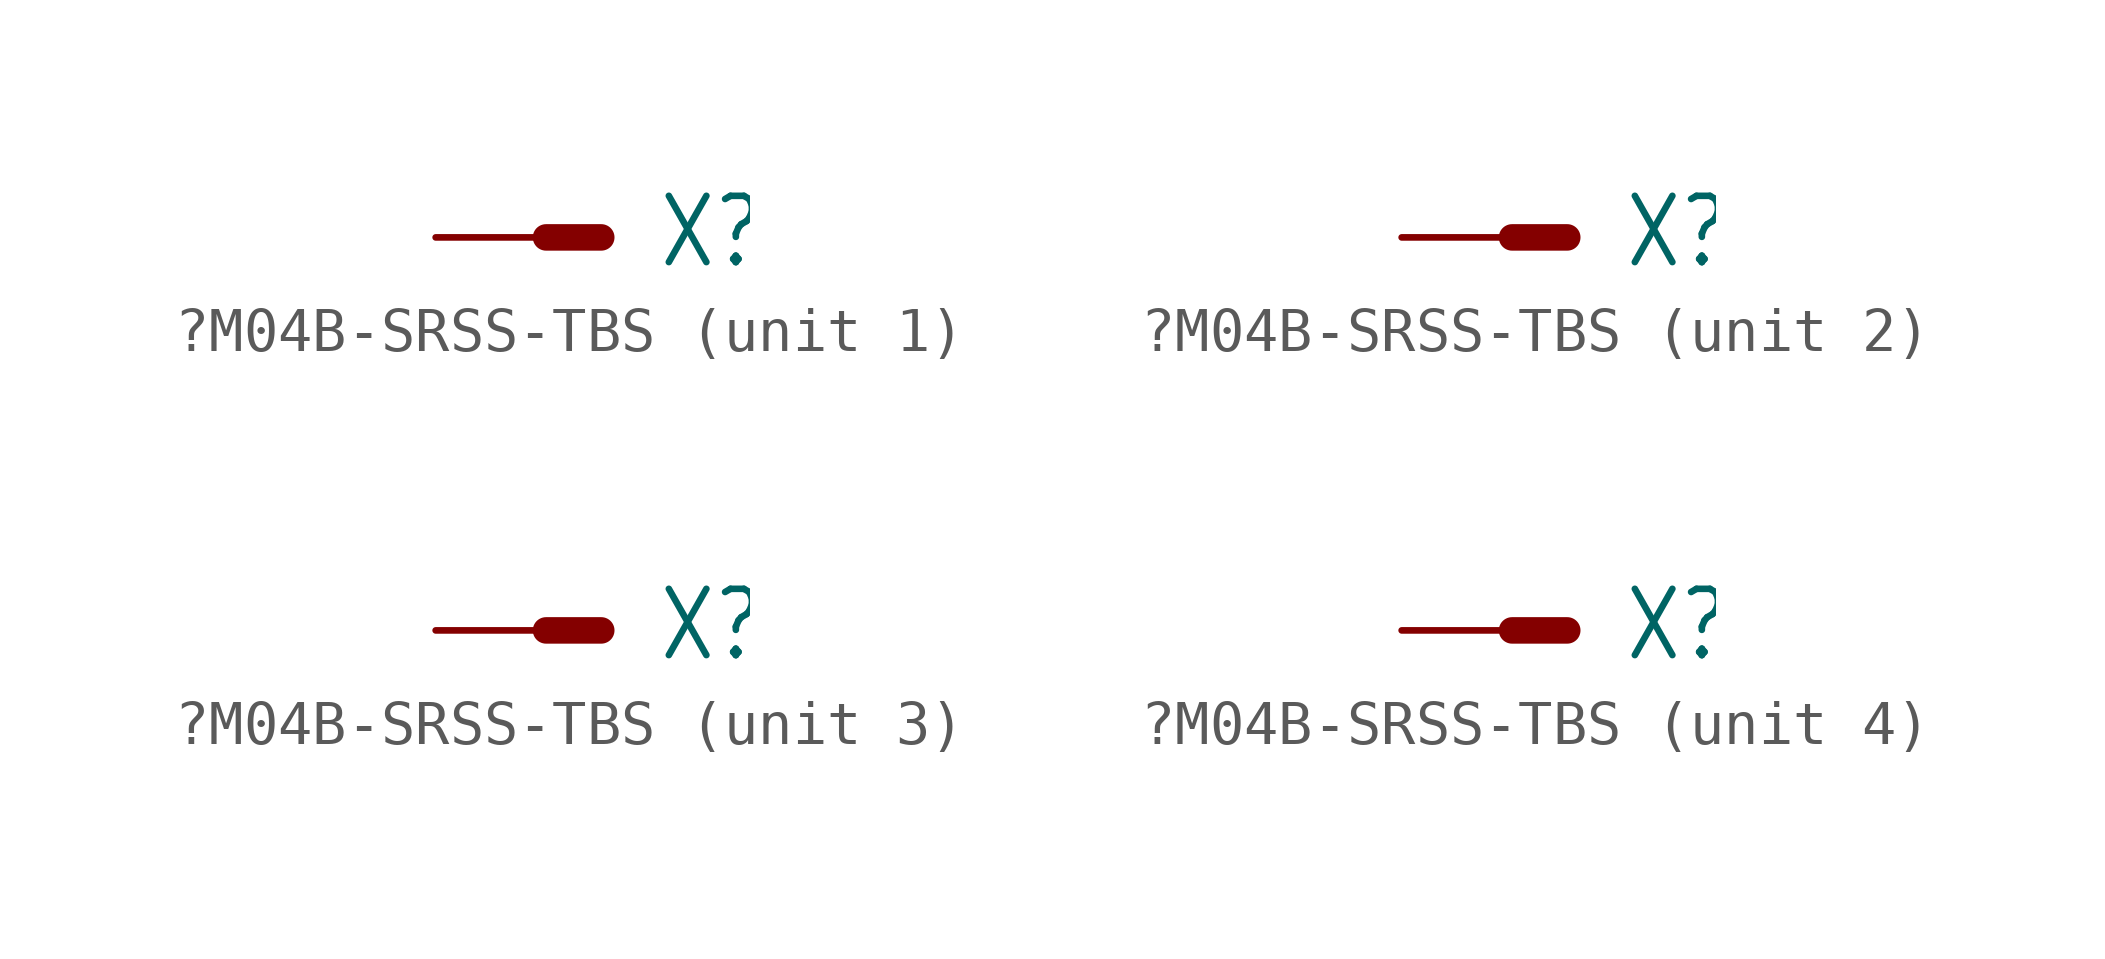
<source format=kicad_sym>
(kicad_symbol_lib
  (version 20241209)
  (generator "kicad_symbol_editor")
  (generator_version "9.0")
  (symbol "?M04B-SRSS-TBS"
    (property "Reference" "X"
      (at 2.54 -0.762 0)
      (effects (font (size 1.524 1.295)) (justify left bottom)))
    (property "ki_locked" ""
      (at 0 0 0)
      (effects (font (size 1.27 1.27))))
    (symbol "?M04B-SRSS-TBS_1_0"
      (polyline (pts (xy 1.27 0) (xy 0 0)) (stroke (width 0.61) (type solid)) (fill (type none)))
      (pin passive line (at -2.54 0 0) (length 2.54) (name "S" (effects (font (size 0 0)))) (number "1" (effects (font (size 0 0))))))
    (symbol "?M04B-SRSS-TBS_2_0"
      (polyline (pts (xy 1.27 0) (xy 0 0)) (stroke (width 0.61) (type solid)) (fill (type none)))
      (pin passive line (at -2.54 0 0) (length 2.54) (name "S" (effects (font (size 0 0)))) (number "2" (effects (font (size 0 0))))))
    (symbol "?M04B-SRSS-TBS_3_0"
      (polyline (pts (xy 1.27 0) (xy 0 0)) (stroke (width 0.61) (type solid)) (fill (type none)))
      (pin passive line (at -2.54 0 0) (length 2.54) (name "S" (effects (font (size 0 0)))) (number "3" (effects (font (size 0 0))))))
    (symbol "?M04B-SRSS-TBS_4_0"
      (polyline (pts (xy 1.27 0) (xy 0 0)) (stroke (width 0.61) (type solid)) (fill (type none)))
      (pin passive line (at -2.54 0 0) (length 2.54) (name "S" (effects (font (size 0 0)))) (number "4" (effects (font (size 0 0))))))))
</source>
